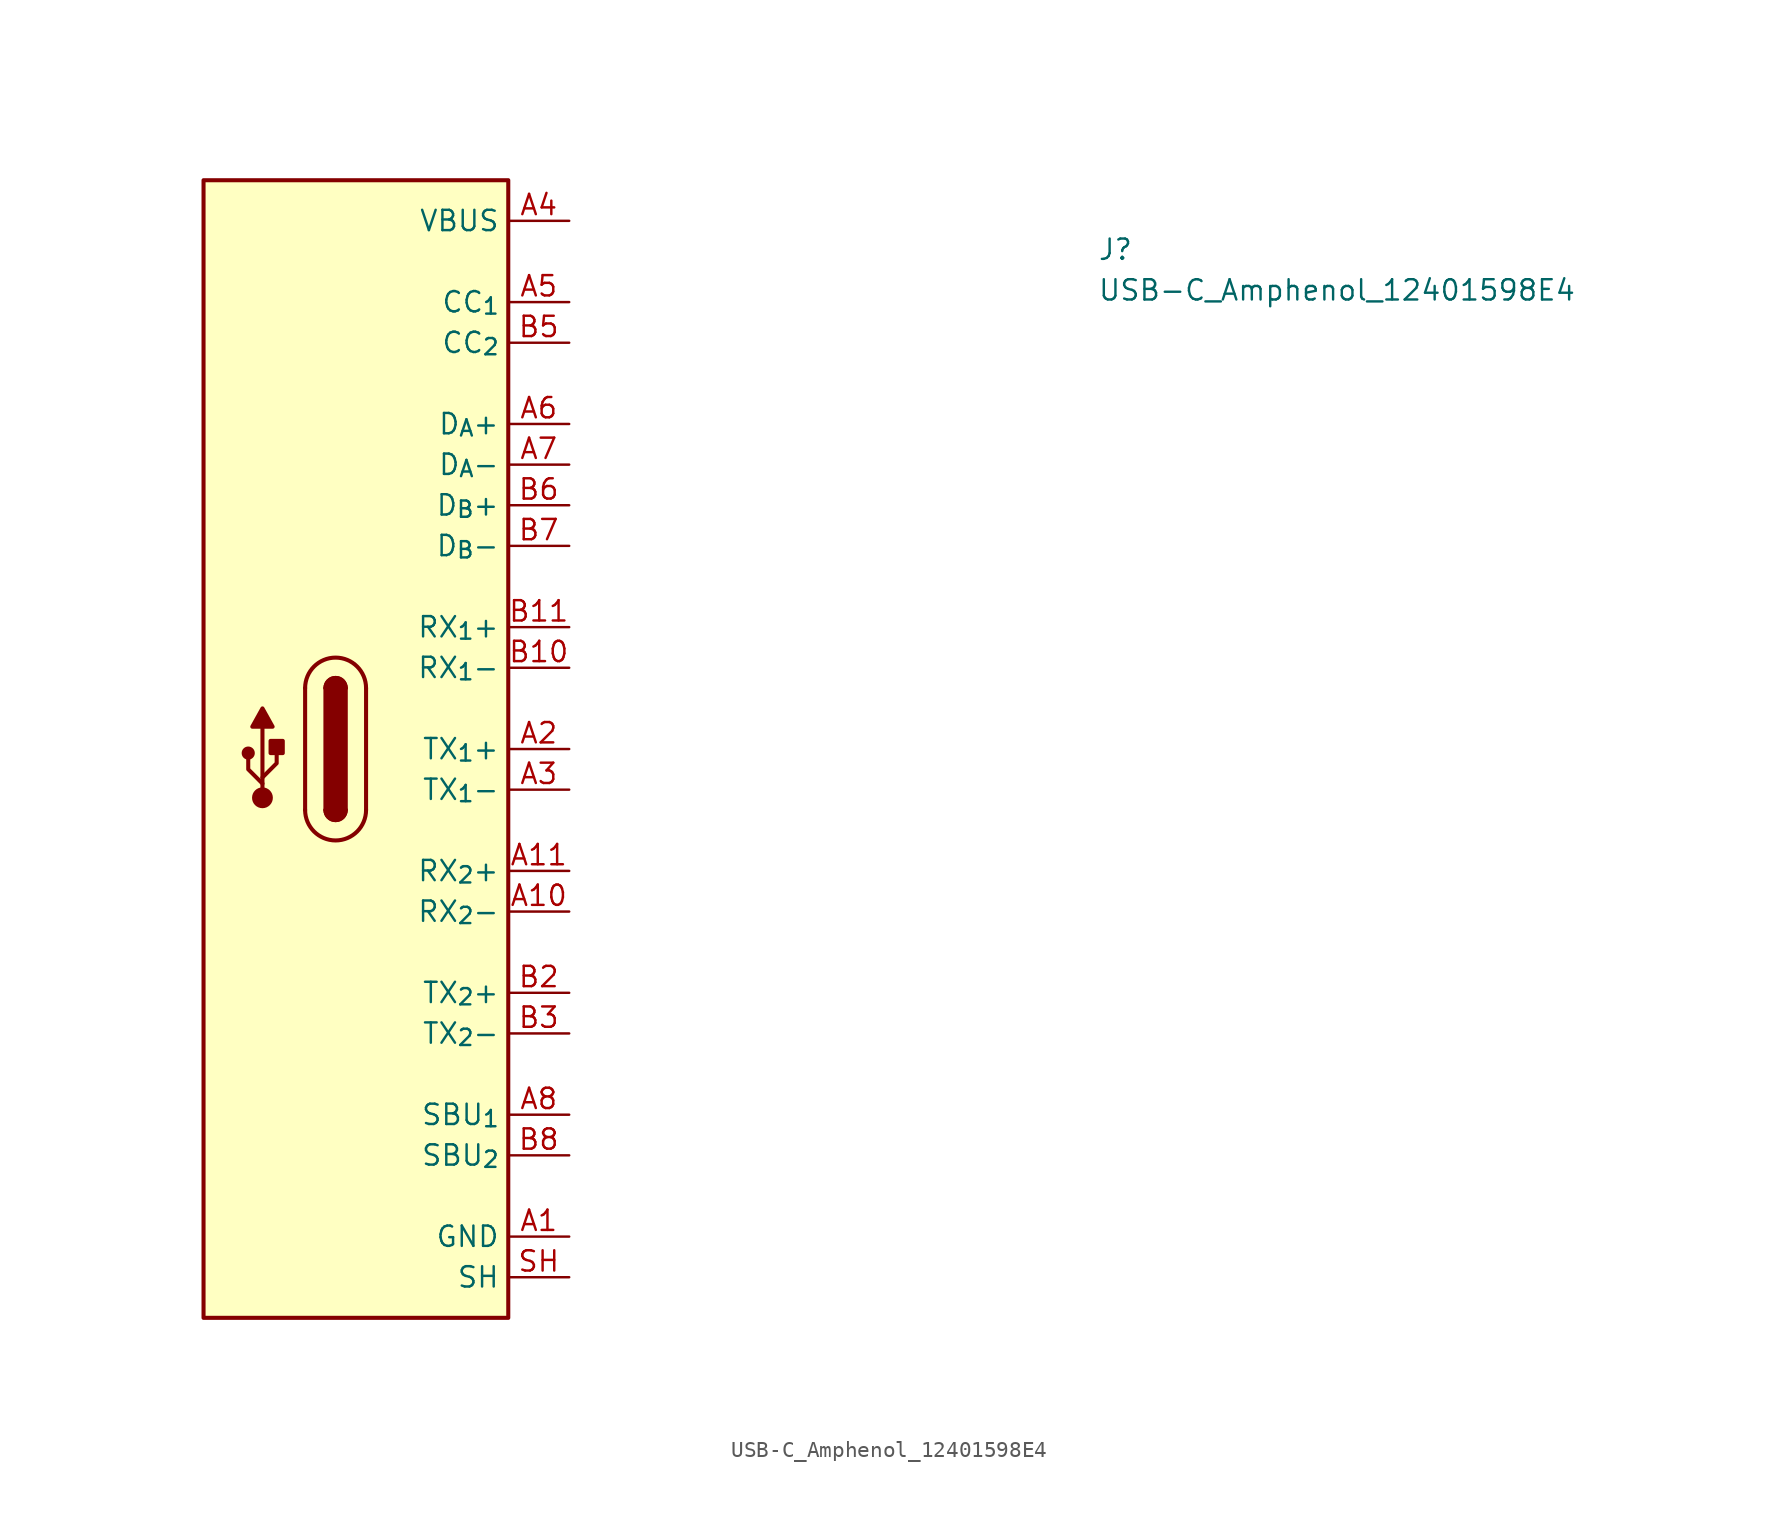
<source format=kicad_sym>
(kicad_symbol_lib
  (version 20220914)
  (generator kicad_symbol_editor)
  (symbol "USB-C_Amphenol_12401598E4"
    (property "Reference" "J"
      (at 33.02 -2.54 0)
      (effects (font (size 1.27 1.27) (thickness 0.15)) (justify left bottom)))
    (property "Value" "USB-C_Amphenol_12401598E4"
      (at 33.02 -5.08 0)
      (effects (font (size 1.27 1.27) (thickness 0.15)) (justify left bottom)))
    (symbol "USB-C_Amphenol_12401598E4_1_1"
      (rectangle (start -22.86 -68.58) (end -3.81 2.54) (stroke (width 0.254) (type default)) (fill (type background)))
      (circle (center -20.066 -33.274) (radius 0.284) (stroke (width 0.254) (type default)) (fill (type outline)))
      (circle (center -19.177 -36.068) (radius 0.524) (stroke (width 0.254) (type default)) (fill (type outline)))
      (rectangle (start -18.669 -33.274) (end -17.907 -32.512) (stroke (width 0.254) (type default)) (fill (type outline)))
      (arc (start -16.51 -36.83) (mid -14.605 -38.7267) (end -12.7 -36.83) (stroke (width 0.254) (type default)) (fill (type background)))
      (arc (start -15.24 -36.83) (mid -14.605 -37.4623) (end -13.97 -36.83) (stroke (width 0.254) (type default)) (fill (type outline)))
      (arc (start -15.24 -36.83) (mid -14.605 -37.4623) (end -13.97 -36.83) (stroke (width 0.254) (type default)) (fill (type background)))
      (rectangle (start -15.24 -36.83) (end -13.97 -29.21) (stroke (width 0.254) (type default)) (fill (type outline)))
      (arc (start -13.97 -29.21) (mid -14.605 -28.5777) (end -15.24 -29.21) (stroke (width 0.254) (type default)) (fill (type outline)))
      (arc (start -13.97 -29.21) (mid -14.605 -28.5777) (end -15.24 -29.21) (stroke (width 0.254) (type default)) (fill (type background)))
      (arc (start -12.7 -29.21) (mid -14.605 -27.3133) (end -16.51 -29.21) (stroke (width 0.254) (type default)) (fill (type background)))
      (polyline (pts (xy -19.177 -35.941) (xy -19.177 -31.623)) (stroke (width 0.254) (type default)) (fill (type background)))
      (polyline (pts (xy -16.51 -36.83) (xy -16.51 -29.21)) (stroke (width 0.254) (type default)) (fill (type background)))
      (polyline (pts (xy -12.7 -29.21) (xy -12.7 -36.83)) (stroke (width 0.254) (type default)) (fill (type background)))
      (polyline (pts (xy -19.177 -35.179) (xy -20.066 -34.29) (xy -20.066 -33.655)) (stroke (width 0.254) (type default)) (fill (type background)))
      (polyline (pts (xy -19.177 -34.798) (xy -18.288 -33.909) (xy -18.288 -33.274)) (stroke (width 0.254) (type default)) (fill (type background)))
      (polyline (pts (xy -19.812 -31.623) (xy -19.177 -30.48) (xy -18.542 -31.623) (xy -19.812 -31.623)) (stroke (width 0.254) (type default)) (fill (type outline)))
      (pin power_in line (at 0 -63.5 180) (length 3.81) (name "GND" (effects (font (size 1.27 1.27)))) (number "A1" (effects (font (size 1.27 1.27)))))
      (pin bidirectional line (at 0 -43.18 180) (length 3.81) (name "RX_{2}-" (effects (font (size 1.27 1.27)))) (number "A10" (effects (font (size 1.27 1.27)))))
      (pin bidirectional line (at 0 -40.64 180) (length 3.81) (name "RX_{2}+" (effects (font (size 1.27 1.27)))) (number "A11" (effects (font (size 1.27 1.27)))))
      (pin passive line (at 0 -63.5 180) (length 3.81) hide (name "GND" (effects (font (size 1.27 1.27)))) (number "A12" (effects (font (size 1.27 1.27)))))
      (pin bidirectional line (at 0 -33.02 180) (length 3.81) (name "TX_{1}+" (effects (font (size 1.27 1.27)))) (number "A2" (effects (font (size 1.27 1.27)))))
      (pin bidirectional line (at 0 -35.56 180) (length 3.81) (name "TX_{1}-" (effects (font (size 1.27 1.27)))) (number "A3" (effects (font (size 1.27 1.27)))))
      (pin passive line (at 0 0 180) (length 3.81) (name "VBUS" (effects (font (size 1.27 1.27)))) (number "A4" (effects (font (size 1.27 1.27)))))
      (pin bidirectional line (at 0 -5.08 180) (length 3.81) (name "CC_{1}" (effects (font (size 1.27 1.27)))) (number "A5" (effects (font (size 1.27 1.27)))))
      (pin bidirectional line (at 0 -12.7 180) (length 3.81) (name "D_{A}+" (effects (font (size 1.27 1.27)))) (number "A6" (effects (font (size 1.27 1.27)))))
      (pin bidirectional line (at 0 -15.24 180) (length 3.81) (name "D_{A}-" (effects (font (size 1.27 1.27)))) (number "A7" (effects (font (size 1.27 1.27)))))
      (pin bidirectional line (at 0 -55.88 180) (length 3.81) (name "SBU_{1}" (effects (font (size 1.27 1.27)))) (number "A8" (effects (font (size 1.27 1.27)))))
      (pin passive line (at 0 0 180) (length 3.81) hide (name "VBUS" (effects (font (size 1.27 1.27)))) (number "A9" (effects (font (size 1.27 1.27)))))
      (pin passive line (at 0 -63.5 180) (length 3.81) hide (name "GND" (effects (font (size 1.27 1.27)))) (number "B1" (effects (font (size 1.27 1.27)))))
      (pin bidirectional line (at 0 -27.94 180) (length 3.81) (name "RX_{1}-" (effects (font (size 1.27 1.27)))) (number "B10" (effects (font (size 1.27 1.27)))))
      (pin bidirectional line (at 0 -25.4 180) (length 3.81) (name "RX_{1}+" (effects (font (size 1.27 1.27)))) (number "B11" (effects (font (size 1.27 1.27)))))
      (pin passive line (at 0 -63.5 180) (length 3.81) hide (name "GND" (effects (font (size 1.27 1.27)))) (number "B12" (effects (font (size 1.27 1.27)))))
      (pin bidirectional line (at 0 -48.26 180) (length 3.81) (name "TX_{2}+" (effects (font (size 1.27 1.27)))) (number "B2" (effects (font (size 1.27 1.27)))))
      (pin bidirectional line (at 0 -50.8 180) (length 3.81) (name "TX_{2}-" (effects (font (size 1.27 1.27)))) (number "B3" (effects (font (size 1.27 1.27)))))
      (pin passive line (at 0 0 180) (length 3.81) hide (name "VBUS" (effects (font (size 1.27 1.27)))) (number "B4" (effects (font (size 1.27 1.27)))))
      (pin bidirectional line (at 0 -7.62 180) (length 3.81) (name "CC_{2}" (effects (font (size 1.27 1.27)))) (number "B5" (effects (font (size 1.27 1.27)))))
      (pin bidirectional line (at 0 -17.78 180) (length 3.81) (name "D_{B}+" (effects (font (size 1.27 1.27)))) (number "B6" (effects (font (size 1.27 1.27)))))
      (pin bidirectional line (at 0 -20.32 180) (length 3.81) (name "D_{B}-" (effects (font (size 1.27 1.27)))) (number "B7" (effects (font (size 1.27 1.27)))))
      (pin bidirectional line (at 0 -58.42 180) (length 3.81) (name "SBU_{2}" (effects (font (size 1.27 1.27)))) (number "B8" (effects (font (size 1.27 1.27)))))
      (pin passive line (at 0 0 180) (length 3.81) hide (name "VBUS" (effects (font (size 1.27 1.27)))) (number "B9" (effects (font (size 1.27 1.27)))))
      (pin passive line (at 0 -66.04 180) (length 3.81) (name "SH" (effects (font (size 1.27 1.27)))) (number "SH" (effects (font (size 1.27 1.27))))))))
</source>
